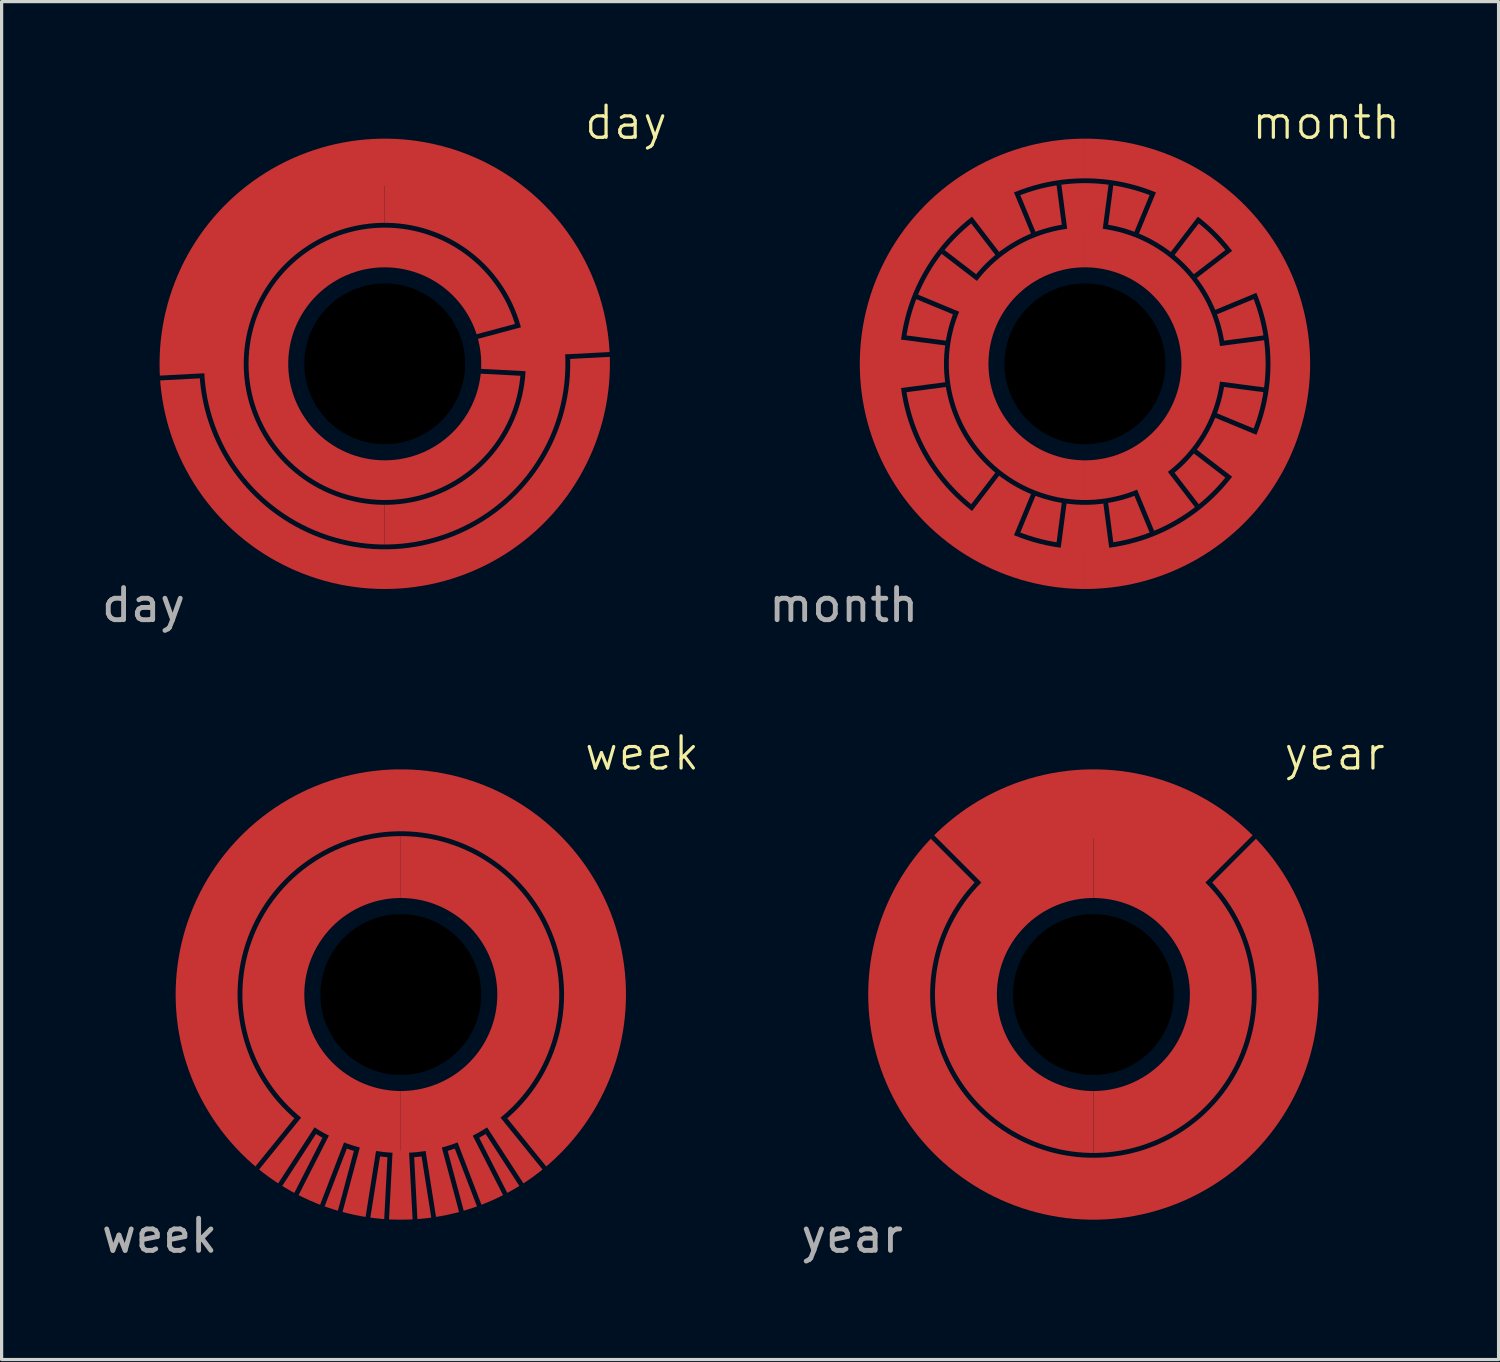
<source format=kicad_pcb>
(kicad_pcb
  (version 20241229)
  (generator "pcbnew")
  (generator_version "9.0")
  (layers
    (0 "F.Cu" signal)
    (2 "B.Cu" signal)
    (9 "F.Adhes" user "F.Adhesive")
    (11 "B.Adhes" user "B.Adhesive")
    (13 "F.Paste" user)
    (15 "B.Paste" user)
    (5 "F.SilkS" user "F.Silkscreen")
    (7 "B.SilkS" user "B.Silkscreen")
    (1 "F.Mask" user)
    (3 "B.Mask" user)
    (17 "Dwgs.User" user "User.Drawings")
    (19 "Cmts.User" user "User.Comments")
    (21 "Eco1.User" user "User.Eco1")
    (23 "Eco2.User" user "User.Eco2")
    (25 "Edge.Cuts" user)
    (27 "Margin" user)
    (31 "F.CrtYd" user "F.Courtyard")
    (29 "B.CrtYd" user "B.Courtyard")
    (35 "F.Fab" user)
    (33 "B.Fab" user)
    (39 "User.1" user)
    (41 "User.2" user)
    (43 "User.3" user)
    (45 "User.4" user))
  (footprint "year"
    (layer "F.Cu")
    (at 30.943 27.869)
    (property "Reference" "year" (at 7.5 -7.5 0) (unlocked yes) (layer "F.SilkS") (effects (font (size 1 1) (thickness 0.1))))
    (attr smd)
    (fp_poly (pts (arc (start 3.429468 -3.429468) (mid 0 -4.85) (end -3.429468 -3.429468)) (arc (start -4.949747 -4.949747) (mid 0 -7) (end 4.949747 -4.949747))) (stroke (width 0) (type solid)) (fill yes) (layer "F.Cu"))
    (fp_poly (pts (arc (start 0 -3) (mid -3 0) (end 0 3)) (arc (start 0 4.925) (mid -4.925 0) (end 0 -4.925))) (stroke (width 0) (type solid)) (fill yes) (layer "F.Cu"))
    (fp_poly (pts (arc (start 0 3) (mid 3 0) (end 0 -3)) (arc (start 0 -4.925) (mid 4.925 0) (end 0 4.925))) (stroke (width 0) (type solid)) (fill yes) (layer "F.Cu"))
    (fp_poly (pts (arc (start -3.693065 -3.480933) (mid 0 5.075) (end 3.693065 -3.480933)) (arc (start 5.054677 -4.842545) (mid 0 7) (end -5.054677 -4.842545))) (stroke (width 0) (type solid)) (fill yes) (layer "F.Cu"))
    (fp_text user "${REFERENCE}" (at -7.5 7.5 0) (unlocked yes) (layer "F.Fab") (effects (font (size 1 1) (thickness 0.15))))
    (pad "" np_thru_hole circle (at 0 0) (size 15 15) (drill 5) (layers "*.Mask")))
  (footprint "week"
    (layer "F.Cu")
    (at 9.411 27.869)
    (property "Reference" "week" (at 7.5 -7.5 0) (unlocked yes) (layer "F.SilkS") (effects (font (size 1 1) (thickness 0.1))))
    (attr smd)
    (fp_poly (pts (arc (start -2.637091 4.336055) (mid -2.5375 4.395079) (end -2.436589 4.451815)) (arc (start -3.310824 6.167531) (mid -3.5 6.062178) (end -3.685827 5.951024))) (stroke (width 0) (type solid)) (fill yes) (layer "F.Cu"))
    (fp_poly (pts (arc (start -1.677948 4.789584) (mid -1.568261 4.826612) (end -1.457759 4.861128)) (arc (start -1.956173 6.721115) (mid -2.163119 6.657396) (end -2.367995 6.587306))) (stroke (width 0) (type solid)) (fill yes) (layer "F.Cu"))
    (fp_poly (pts (arc (start -0.64547 5.033785) (mid -0.530482 5.047199) (end -0.415218 5.057986)) (arc (start -0.516028 6.980954) (mid -0.731699 6.961653) (end -0.946671 6.935691))) (stroke (width 0) (type solid)) (fill yes) (layer "F.Cu"))
    (fp_poly (pts (arc (start 0.415218 5.057986) (mid 0.530482 5.047199) (end 0.64547 5.033785)) (arc (start 0.946671 6.935691) (mid 0.731699 6.961653) (end 0.516028 6.980954))) (stroke (width 0) (type solid)) (fill yes) (layer "F.Cu"))
    (fp_poly (pts (arc (start 1.457759 4.861128) (mid 1.568261 4.826612) (end 1.677948 4.789584)) (arc (start 2.367995 6.587306) (mid 2.163119 6.657396) (end 1.956173 6.721115))) (stroke (width 0) (type solid)) (fill yes) (layer "F.Cu"))
    (fp_poly (pts (arc (start 2.436589 4.451815) (mid 2.5375 4.395079) (end 2.637091 4.336055)) (arc (start 3.685827 5.951024) (mid 3.5 6.062178) (end 3.310824 6.167531))) (stroke (width 0) (type solid)) (fill yes) (layer "F.Cu"))
    (fp_poly (pts (arc (start -3.052204 3.769158) (mid -2.850758 3.923732) (end -2.641499 4.067552)) (arc (start -3.812473 5.870694) (mid -4.114497 5.663119) (end -4.405243 5.440022))) (stroke (width 0) (type solid)) (fill yes) (layer "F.Cu"))
    (fp_poly (pts (arc (start -2.201854 4.321382) (mid -1.972673 4.430695) (end -1.738085 4.527865)) (arc (start -2.508576 6.535063) (mid -2.847157 6.394818) (end -3.177933 6.237046))) (stroke (width 0) (type solid)) (fill yes) (layer "F.Cu"))
    (fp_poly (pts (arc (start -1.255272 4.68474) (mid -1.008372 4.744016) (end -0.758707 4.790288)) (arc (start -1.095041 6.913818) (mid -1.455382 6.847033) (end -1.811733 6.761481))) (stroke (width 0) (type solid)) (fill yes) (layer "F.Cu"))
    (fp_poly (pts (arc (start -0.253829 4.843353) (mid 0 4.85) (end 0.253829 4.843353)) (arc (start 0.366352 6.990407) (mid 0 7) (end -0.366352 6.990407))) (stroke (width 0) (type solid)) (fill yes) (layer "F.Cu"))
    (fp_poly (pts (arc (start 0.758707 4.790288) (mid 1.008372 4.744016) (end 1.255272 4.68474)) (arc (start 1.811733 6.761481) (mid 1.455382 6.847033) (end 1.095041 6.913818))) (stroke (width 0) (type solid)) (fill yes) (layer "F.Cu"))
    (fp_poly (pts (arc (start 1.738085 4.527865) (mid 1.972673 4.430695) (end 2.201854 4.321382)) (arc (start 3.177933 6.237046) (mid 2.847157 6.394818) (end 2.508576 6.535063))) (stroke (width 0) (type solid)) (fill yes) (layer "F.Cu"))
    (fp_poly (pts (arc (start 2.641499 4.067552) (mid 2.850758 3.923732) (end 3.052204 3.769158)) (arc (start 4.405243 5.440022) (mid 4.114497 5.663119) (end 3.812473 5.870694))) (stroke (width 0) (type solid)) (fill yes) (layer "F.Cu"))
    (fp_poly (pts (arc (start 0 -3) (mid -3 0) (end 0 3)) (arc (start 0 4.925) (mid -4.925 0) (end 0 -4.925))) (stroke (width 0) (type solid)) (fill yes) (layer "F.Cu"))
    (fp_poly (pts (arc (start 0 3) (mid 3 0) (end 0 -3)) (arc (start 0 -4.925) (mid 4.925 0) (end 0 4.925))) (stroke (width 0) (type solid)) (fill yes) (layer "F.Cu"))
    (fp_poly (pts (arc (start 3.308928 3.847937) (mid 0 -5.075) (end -3.308928 3.847937)) (arc (start -4.520777 5.344397) (mid 0 -7) (end 4.520777 5.344397))) (stroke (width 0) (type solid)) (fill yes) (layer "F.Cu"))
    (fp_text user "${REFERENCE}" (at -7.5 7.5 0) (unlocked yes) (layer "F.Fab") (effects (font (size 1 1) (thickness 0.15))))
    (pad "" np_thru_hole circle (at 0 0) (size 15 15) (drill 5) (layers "*.Mask")))
  (footprint "month"
    (layer "F.Cu")
    (at 30.681 8.261)
    (property "Reference" "month" (at 7.5 -7.5 0) (unlocked yes) (layer "F.SilkS") (effects (font (size 1 1) (thickness 0.1))))
    (attr smd)
    (fp_poly (pts (arc (start -4.104703 -1.537865) (mid -4.233975 -1.13449) (end -4.323709 -0.720521)) (arc (start -5.54705 -0.881577) (mid -5.425283 -1.4537) (end -5.244675 -2.010057))) (stroke (width 0) (type solid)) (fill yes) (layer "F.Cu"))
    (fp_poly (pts (arc (start -2.785844 -3.384181) (mid -3.099485 -3.099485) (end -3.384181 -2.785844)) (arc (start -4.363098 -3.536993) (mid -3.971583 -3.971583) (end -3.536993 -4.363098))) (stroke (width 0) (type solid)) (fill yes) (layer "F.Cu"))
    (fp_poly (pts (arc (start -1.537865 4.104703) (mid -1.13449 4.233975) (end -0.720521 4.323709)) (arc (start -0.881577 5.54705) (mid -1.4537 5.425283) (end -2.010057 5.244675))) (stroke (width 0) (type solid)) (fill yes) (layer "F.Cu"))
    (fp_poly (pts (arc (start -0.720521 -4.323709) (mid -1.13449 -4.233975) (end -1.537865 -4.104703)) (arc (start -2.010057 -5.244675) (mid -1.4537 -5.425283) (end -0.881577 -5.54705))) (stroke (width 0) (type solid)) (fill yes) (layer "F.Cu"))
    (fp_poly (pts (arc (start 0.720521 4.323709) (mid 1.13449 4.233975) (end 1.537865 4.104703)) (arc (start 2.010057 5.244675) (mid 1.4537 5.425283) (end 0.881577 5.54705))) (stroke (width 0) (type solid)) (fill yes) (layer "F.Cu"))
    (fp_poly (pts (arc (start 1.537865 -4.104703) (mid 1.13449 -4.233975) (end 0.720521 -4.323709)) (arc (start 0.881577 -5.54705) (mid 1.4537 -5.425283) (end 2.010057 -5.244675))) (stroke (width 0) (type solid)) (fill yes) (layer "F.Cu"))
    (fp_poly (pts (arc (start 2.785844 3.384181) (mid 3.099485 3.099485) (end 3.384181 2.785844)) (arc (start 4.363098 3.536993) (mid 3.971583 3.971583) (end 3.536993 4.363098))) (stroke (width 0) (type solid)) (fill yes) (layer "F.Cu"))
    (fp_poly (pts (arc (start 3.384181 -2.785844) (mid 3.099485 -3.099485) (end 2.785844 -3.384181)) (arc (start 3.536993 -4.363098) (mid 3.971583 -3.971583) (end 4.363098 -3.536993))) (stroke (width 0) (type solid)) (fill yes) (layer "F.Cu"))
    (fp_poly (pts (arc (start 4.104703 1.537865) (mid 4.233975 1.13449) (end 4.323709 0.720521)) (arc (start 5.54705 0.881577) (mid 5.425283 1.4537) (end 5.244675 2.010057))) (stroke (width 0) (type solid)) (fill yes) (layer "F.Cu"))
    (fp_poly (pts (arc (start 4.323709 -0.720521) (mid 4.233975 -1.13449) (end 4.104703 -1.537865)) (arc (start 5.244675 -2.010057) (mid 5.425283 -1.4537) (end 5.54705 -0.881577))) (stroke (width 0) (type solid)) (fill yes) (layer "F.Cu"))
    (fp_poly (pts (arc (start -4.345833 -0.57214) (mid -4.383333 0) (end -4.345833 0.57214)) (arc (start -5.79169 0.762491) (mid -5.841667 0) (end -5.79169 -0.762491))) (stroke (width 0) (type solid)) (fill yes) (layer "F.Cu"))
    (fp_poly (pts (arc (start -3.299028 -2.531433) (mid -3.601222 -2.079167) (end -3.841799 -1.591325)) (arc (start -5.189123 -2.149405) (mid -4.864176 -2.808333) (end -4.456001 -3.41921))) (stroke (width 0) (type solid)) (fill yes) (layer "F.Cu"))
    (fp_poly (pts (arc (start -2.668404 3.477532) (mid -2.191667 3.796078) (end -1.677429 4.049672)) (arc (start -2.235509 5.396996) (mid -2.920833 5.059032) (end -3.556181 4.634506))) (stroke (width 0) (type solid)) (fill yes) (layer "F.Cu"))
    (fp_poly (pts (arc (start -1.677429 -4.049672) (mid -2.191667 -3.796078) (end -2.668404 -3.477532)) (arc (start -3.556181 -4.634506) (mid -2.920833 -5.059032) (end -2.235509 -5.396996))) (stroke (width 0) (type solid)) (fill yes) (layer "F.Cu"))
    (fp_poly (pts (arc (start -0.57214 4.345833) (mid 0 4.383333) (end 0.57214 4.345833)) (arc (start 0.762491 5.79169) (mid 0 5.841667) (end -0.762491 5.79169))) (stroke (width 0) (type solid)) (fill yes) (layer "F.Cu"))
    (fp_poly (pts (arc (start 0.542771 -4.122758) (mid 0 -4.158333) (end -0.542771 -4.122758)) (arc (start -0.733122 -5.568615) (mid 0 -5.616667) (end 0.733122 -5.568615))) (stroke (width 0) (type solid)) (fill yes) (layer "F.Cu"))
    (fp_poly (pts (arc (start 1.591325 3.841799) (mid 2.079167 3.601222) (end 2.531433 3.299028)) (arc (start 3.41921 4.456001) (mid 2.808333 4.864176) (end 2.149405 5.189123))) (stroke (width 0) (type solid)) (fill yes) (layer "F.Cu"))
    (fp_poly (pts (arc (start 2.668404 -3.477532) (mid 2.191667 -3.796078) (end 1.677429 -4.049672)) (arc (start 2.235509 -5.396996) (mid 2.920833 -5.059032) (end 3.556181 -4.634506))) (stroke (width 0) (type solid)) (fill yes) (layer "F.Cu"))
    (fp_poly (pts (arc (start 3.477532 2.668404) (mid 3.796078 2.191667) (end 4.049672 1.677429)) (arc (start 5.396996 2.235509) (mid 5.059032 2.920833) (end 4.634506 3.556181))) (stroke (width 0) (type solid)) (fill yes) (layer "F.Cu"))
    (fp_poly (pts (arc (start 4.049672 -1.677429) (mid 3.796078 -2.191667) (end 3.477532 -2.668404)) (arc (start 4.634506 -3.556181) (mid 5.059032 -2.920833) (end 5.396996 -2.235509))) (stroke (width 0) (type solid)) (fill yes) (layer "F.Cu"))
    (fp_poly (pts (arc (start 4.122758 0.542771) (mid 4.158333 0) (end 4.122758 -0.542771)) (arc (start 5.568615 -0.733122) (mid 5.616667 0) (end 5.568615 0.733122))) (stroke (width 0) (type solid)) (fill yes) (layer "F.Cu"))
    (fp_poly (pts (arc (start -4.323709 0.720521) (mid -3.796078 2.191667) (end -2.785844 3.384181)) (arc (start -3.536993 4.363098) (mid -4.864176 2.808333) (end -5.54705 0.881577))) (stroke (width 0) (type solid)) (fill yes) (layer "F.Cu"))
    (fp_poly (pts (arc (start 0 -3) (mid -3 0) (end 0 3)) (arc (start 0 4.233333) (mid -4.233333 0) (end 0 -4.233333))) (stroke (width 0) (type solid)) (fill yes) (layer "F.Cu"))
    (fp_poly (pts (arc (start 0 3) (mid 3 0) (end 0 -3)) (arc (start 0 -4.233333) (mid 4.233333 0) (end 0 4.233333))) (stroke (width 0) (type solid)) (fill yes) (layer "F.Cu"))
    (fp_poly (pts (arc (start 0 -5.766667) (mid -5.766667 0) (end 0 5.766667)) (arc (start 0 7) (mid -7 0) (end 0 -7))) (stroke (width 0) (type solid)) (fill yes) (layer "F.Cu"))
    (fp_poly (pts (arc (start 0 5.766667) (mid 5.766667 0) (end 0 -5.766667)) (arc (start 0 -7) (mid 7 0) (end 0 7))) (stroke (width 0) (type solid)) (fill yes) (layer "F.Cu"))
    (fp_text user "${REFERENCE}" (at -7.5 7.5 0) (unlocked yes) (layer "F.Fab") (effects (font (size 1 1) (thickness 0.15))))
    (pad "" np_thru_hole circle (at 0 0) (size 15 15) (drill 5) (layers "*.Mask")))
  (footprint "day"
    (layer "F.Cu")
    (at 8.911 8.261)
    (property "Reference" "day" (at 7.5 -7.5 0) (unlocked yes) (layer "F.SilkS") (effects (font (size 1 1) (thickness 0.1))))
    (attr smd)
    (fp_poly (pts (arc (start 2.995889 0.157008) (mid 2.983566 -0.313585) (end 2.897777 -0.776457)) (arc (start 4.306419 -1.153902) (mid 4.43391 -0.466023) (end 4.452223 0.233331))) (stroke (width 0) (type solid)) (fill yes) (layer "F.Cu"))
    (fp_poly (pts (arc (start 0 -4.383333) (mid -4.383333 0) (end 0 4.383333)) (arc (start 0 5.616667) (mid -5.616667 0) (end 0 -5.616667))) (stroke (width 0) (type solid)) (fill yes) (layer "F.Cu"))
    (fp_poly (pts (arc (start 0 4.383333) (mid 4.383333 0) (end 0 -4.383333)) (arc (start 0 -5.616667) (mid 5.616667 0) (end 0 5.616667))) (stroke (width 0) (type solid)) (fill yes) (layer "F.Cu"))
    (fp_poly (pts (arc (start -5.748969 0.451446) (mid 0.301804 5.758764) (end 5.764664 -0.151958)) (arc (start 6.996651 -0.216508) (mid 0.366352 6.990407) (end -6.980954 0.516028))) (stroke (width 0) (type solid)) (fill yes) (layer "F.Cu"))
    (fp_poly (pts (arc (start 5.534072 -0.290028) (mid -0.290028 -5.534072) (end -5.534072 0.290028)) (arc (start -6.990407 0.366352) (mid -0.366352 -6.990407) (end 6.990407 -0.366352))) (stroke (width 0) (type solid)) (fill yes) (layer "F.Cu"))
    (fp_poly (pts (arc (start 2.855388 -0.920196) (mid -2.983566 0.313585) (end 2.98431 0.30642)) (arc (start 4.217035 0.371117) (mid -4.210143 0.442504) (end 4.047723 -1.239778))) (stroke (width 0) (type solid)) (fill yes) (layer "F.Cu"))
    (fp_text user "${REFERENCE}" (at -7.5 7.5 0) (unlocked yes) (layer "F.Fab") (effects (font (size 1 1) (thickness 0.15))))
    (pad "" np_thru_hole circle (at 0 0) (size 15 15) (drill 5) (layers "*.Mask")))
  (gr_rect
    (start -3 -3)
    (end 43.54 39.218)
    (stroke (width 0.1) (type default))
    (fill no)
    (layer "Edge.Cuts")))
</source>
